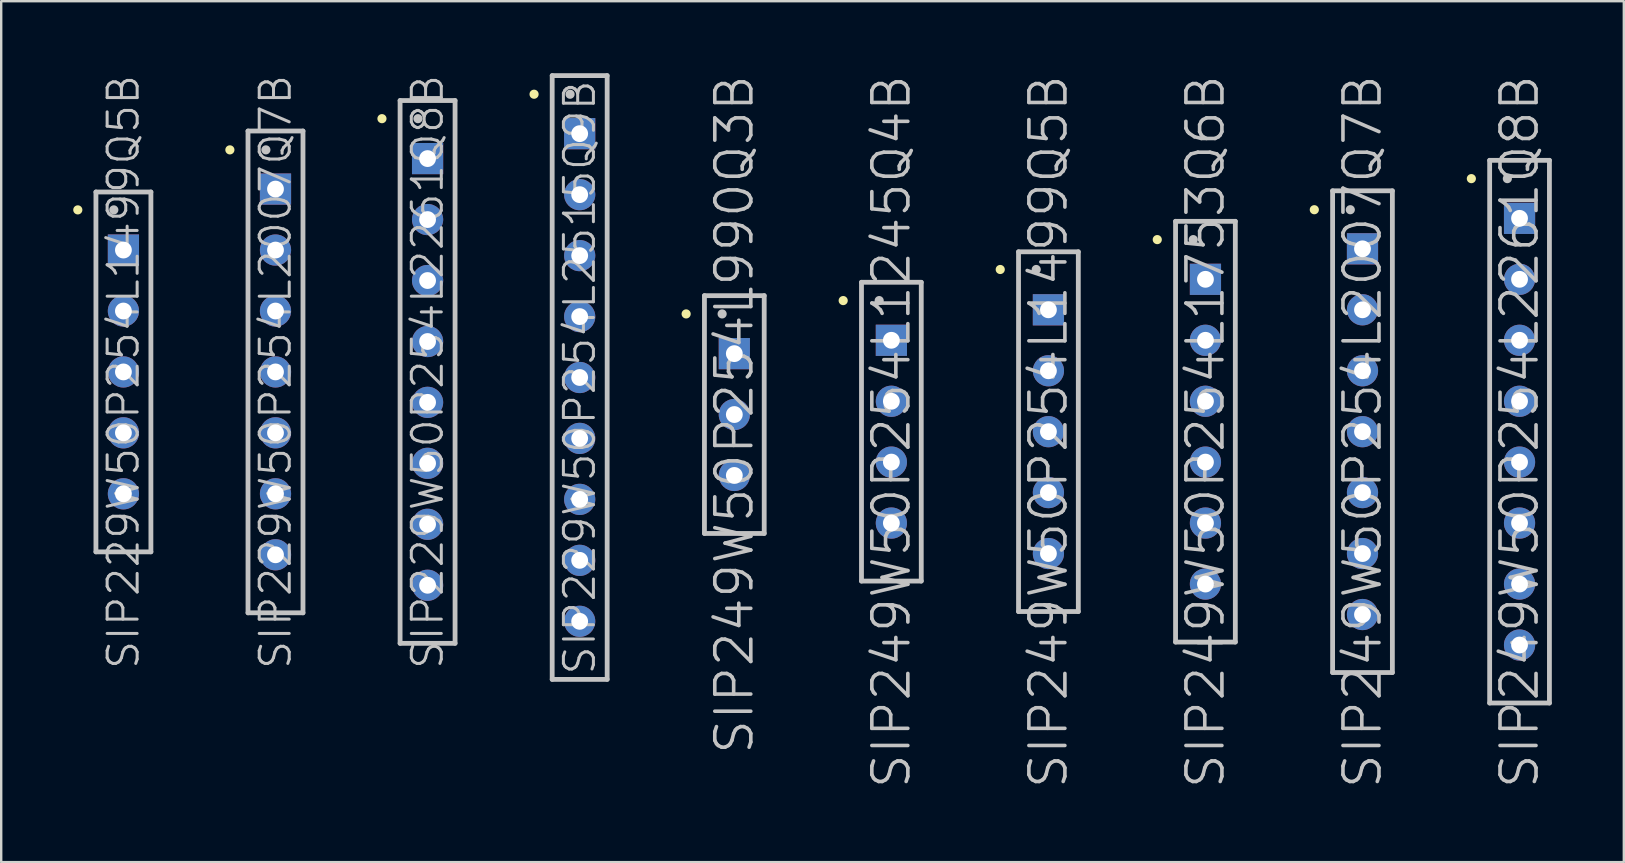
<source format=kicad_pcb>
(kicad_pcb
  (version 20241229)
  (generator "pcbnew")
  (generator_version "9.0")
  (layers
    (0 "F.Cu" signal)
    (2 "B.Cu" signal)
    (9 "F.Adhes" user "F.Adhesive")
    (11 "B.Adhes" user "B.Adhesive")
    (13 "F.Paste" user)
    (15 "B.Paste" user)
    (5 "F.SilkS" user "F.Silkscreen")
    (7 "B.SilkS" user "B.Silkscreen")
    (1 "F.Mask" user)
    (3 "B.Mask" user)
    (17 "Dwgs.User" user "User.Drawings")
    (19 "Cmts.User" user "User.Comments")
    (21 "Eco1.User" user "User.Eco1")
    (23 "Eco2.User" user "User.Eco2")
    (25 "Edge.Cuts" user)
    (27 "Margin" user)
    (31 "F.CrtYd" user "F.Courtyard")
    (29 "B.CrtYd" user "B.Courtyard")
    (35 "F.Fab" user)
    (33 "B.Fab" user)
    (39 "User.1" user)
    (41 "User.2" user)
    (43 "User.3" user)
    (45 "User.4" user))
  (footprint "SIP229W50P254L2261Q8B"
    (layer "F.Cu")
    (at 14.761 12.443)
    (property "Reference" "SIP229W50P254L2261Q8B" (at 0 0 90) (layer "Dwgs.User") (effects (font (size 1.25 1.25) (thickness 0.125))))
    (attr through_hole)
    (fp_line (start -1.9 -10.55) (end -1.9 -10.55) (stroke (width 0.381) (type solid)) (layer "F.SilkS"))
    (fp_line (start -1.145 -11.305) (end -1.145 11.305) (stroke (width 0.2) (type solid)) (layer "Dwgs.User"))
    (fp_line (start -1.145 -11.305) (end 1.145 -11.305) (stroke (width 0.2) (type solid)) (layer "Dwgs.User"))
    (fp_line (start -1.145 11.305) (end 1.145 11.305) (stroke (width 0.2) (type solid)) (layer "Dwgs.User"))
    (fp_line (start -0.4 -10.55) (end -0.4 -10.55) (stroke (width 0.381) (type solid)) (layer "Dwgs.User"))
    (fp_line (start 1.145 -11.305) (end 1.145 11.305) (stroke (width 0.2) (type solid)) (layer "Dwgs.User"))
    (pad "1" thru_hole rect (at 0 -8.887) (size 1.3 1.3) (drill 0.7) (layers "*.Cu" "*.Mask"))
    (pad "2" thru_hole circle (at 0 -6.347 270) (size 1.3 1.3) (drill 0.7) (layers "*.Cu" "*.Mask"))
    (pad "3" thru_hole circle (at 0 -3.807 270) (size 1.3 1.3) (drill 0.7) (layers "*.Cu" "*.Mask"))
    (pad "4" thru_hole circle (at 0 -1.267 270) (size 1.3 1.3) (drill 0.7) (layers "*.Cu" "*.Mask"))
    (pad "5" thru_hole circle (at 0 1.267 270) (size 1.3 1.3) (drill 0.7) (layers "*.Cu" "*.Mask"))
    (pad "6" thru_hole circle (at 0 3.807 270) (size 1.3 1.3) (drill 0.7) (layers "*.Cu" "*.Mask"))
    (pad "7" thru_hole circle (at 0 6.347 270) (size 1.3 1.3) (drill 0.7) (layers "*.Cu" "*.Mask"))
    (pad "8" thru_hole circle (at 0 8.887 270) (size 1.3 1.3) (drill 0.7) (layers "*.Cu" "*.Mask")))
  (footprint "SIP229W50P254L2007Q7B"
    (layer "F.Cu")
    (at 8.426 12.443)
    (property "Reference" "SIP229W50P254L2007Q7B" (at 0 0 90) (layer "Dwgs.User") (effects (font (size 1.25 1.25) (thickness 0.125))))
    (attr through_hole)
    (fp_line (start -1.9 -9.25) (end -1.9 -9.25) (stroke (width 0.381) (type solid)) (layer "F.SilkS"))
    (fp_line (start -1.145 -10.035) (end -1.145 10.035) (stroke (width 0.2) (type solid)) (layer "Dwgs.User"))
    (fp_line (start -1.145 -10.035) (end 1.145 -10.035) (stroke (width 0.2) (type solid)) (layer "Dwgs.User"))
    (fp_line (start -1.145 10.035) (end 1.145 10.035) (stroke (width 0.2) (type solid)) (layer "Dwgs.User"))
    (fp_line (start -0.4 -9.25) (end -0.4 -9.25) (stroke (width 0.381) (type solid)) (layer "Dwgs.User"))
    (fp_line (start 1.145 -10.035) (end 1.145 10.035) (stroke (width 0.2) (type solid)) (layer "Dwgs.User"))
    (pad "1" thru_hole rect (at 0 -7.617) (size 1.3 1.3) (drill 0.7) (layers "*.Cu" "*.Mask"))
    (pad "2" thru_hole circle (at 0 -5.077 270) (size 1.3 1.3) (drill 0.7) (layers "*.Cu" "*.Mask"))
    (pad "3" thru_hole circle (at 0 -2.537 270) (size 1.3 1.3) (drill 0.7) (layers "*.Cu" "*.Mask"))
    (pad "4" thru_hole circle (at 0 0 270) (size 1.3 1.3) (drill 0.7) (layers "*.Cu" "*.Mask"))
    (pad "5" thru_hole circle (at 0 2.537 270) (size 1.3 1.3) (drill 0.7) (layers "*.Cu" "*.Mask"))
    (pad "6" thru_hole circle (at 0 5.077 270) (size 1.3 1.3) (drill 0.7) (layers "*.Cu" "*.Mask"))
    (pad "7" thru_hole circle (at 0 7.617 270) (size 1.3 1.3) (drill 0.7) (layers "*.Cu" "*.Mask")))
  (footprint "SIP249W50P254L2007Q7B"
    (layer "F.Cu")
    (at 53.706 14.932)
    (property "Reference" "SIP249W50P254L2007Q7B" (at 0 0 90) (layer "Dwgs.User") (effects (font (size 1.5 1.5) (thickness 0.15))))
    (attr through_hole)
    (fp_line (start -2.007 -9.246) (end -2.007 -9.246) (stroke (width 0.381) (type solid)) (layer "F.SilkS"))
    (fp_line (start -1.245 -10.033) (end -1.245 10.033) (stroke (width 0.2) (type solid)) (layer "Dwgs.User"))
    (fp_line (start -1.245 -10.033) (end 1.245 -10.033) (stroke (width 0.2) (type solid)) (layer "Dwgs.User"))
    (fp_line (start -1.245 10.033) (end 1.245 10.033) (stroke (width 0.2) (type solid)) (layer "Dwgs.User"))
    (fp_line (start -0.508 -9.246) (end -0.508 -9.246) (stroke (width 0.381) (type solid)) (layer "Dwgs.User"))
    (fp_line (start 1.245 -10.033) (end 1.245 10.033) (stroke (width 0.2) (type solid)) (layer "Dwgs.User"))
    (pad "1" thru_hole rect (at 0 -7.617) (size 1.3 1.3) (drill 0.7) (layers "*.Cu" "*.Mask"))
    (pad "2" thru_hole circle (at 0 -5.077 270) (size 1.3 1.3) (drill 0.7) (layers "*.Cu" "*.Mask"))
    (pad "3" thru_hole circle (at 0 -2.537 270) (size 1.3 1.3) (drill 0.7) (layers "*.Cu" "*.Mask"))
    (pad "4" thru_hole circle (at 0 0 270) (size 1.3 1.3) (drill 0.7) (layers "*.Cu" "*.Mask"))
    (pad "5" thru_hole circle (at 0 2.537 270) (size 1.3 1.3) (drill 0.7) (layers "*.Cu" "*.Mask"))
    (pad "6" thru_hole circle (at 0 5.077 270) (size 1.3 1.3) (drill 0.7) (layers "*.Cu" "*.Mask"))
    (pad "7" thru_hole circle (at 0 7.617 270) (size 1.3 1.3) (drill 0.7) (layers "*.Cu" "*.Mask")))
  (footprint "SIP249W50P254L1499Q5B"
    (layer "F.Cu")
    (at 40.623 14.932)
    (property "Reference" "SIP249W50P254L1499Q5B" (at 0 0 90) (layer "Dwgs.User") (effects (font (size 1.5 1.5) (thickness 0.15))))
    (attr through_hole)
    (fp_line (start -2.007 -6.756) (end -2.007 -6.756) (stroke (width 0.381) (type solid)) (layer "F.SilkS"))
    (fp_line (start -1.245 -7.493) (end -1.245 7.493) (stroke (width 0.2) (type solid)) (layer "Dwgs.User"))
    (fp_line (start -1.245 -7.493) (end 1.245 -7.493) (stroke (width 0.2) (type solid)) (layer "Dwgs.User"))
    (fp_line (start -1.245 7.493) (end 1.245 7.493) (stroke (width 0.2) (type solid)) (layer "Dwgs.User"))
    (fp_line (start -0.508 -6.756) (end -0.508 -6.756) (stroke (width 0.381) (type solid)) (layer "Dwgs.User"))
    (fp_line (start 1.245 -7.493) (end 1.245 7.493) (stroke (width 0.2) (type solid)) (layer "Dwgs.User"))
    (pad "1" thru_hole rect (at 0 -5.077) (size 1.3 1.3) (drill 0.7) (layers "*.Cu" "*.Mask"))
    (pad "2" thru_hole circle (at 0 -2.537 270) (size 1.3 1.3) (drill 0.7) (layers "*.Cu" "*.Mask"))
    (pad "3" thru_hole circle (at 0 0 270) (size 1.3 1.3) (drill 0.7) (layers "*.Cu" "*.Mask"))
    (pad "4" thru_hole circle (at 0 2.537 270) (size 1.3 1.3) (drill 0.7) (layers "*.Cu" "*.Mask"))
    (pad "5" thru_hole circle (at 0 5.077 270) (size 1.3 1.3) (drill 0.7) (layers "*.Cu" "*.Mask")))
  (footprint "SIP249W50P254L1245Q4B"
    (layer "F.Cu")
    (at 34.081 14.932)
    (property "Reference" "SIP249W50P254L1245Q4B" (at 0 0 90) (layer "Dwgs.User") (effects (font (size 1.5 1.5) (thickness 0.15))))
    (attr through_hole)
    (fp_line (start -2.007 -5.461) (end -2.007 -5.461) (stroke (width 0.381) (type solid)) (layer "F.SilkS"))
    (fp_line (start -1.245 -6.223) (end -1.245 6.223) (stroke (width 0.2) (type solid)) (layer "Dwgs.User"))
    (fp_line (start -1.245 -6.223) (end 1.245 -6.223) (stroke (width 0.2) (type solid)) (layer "Dwgs.User"))
    (fp_line (start -1.245 6.223) (end 1.245 6.223) (stroke (width 0.2) (type solid)) (layer "Dwgs.User"))
    (fp_line (start -0.508 -5.461) (end -0.508 -5.461) (stroke (width 0.381) (type solid)) (layer "Dwgs.User"))
    (fp_line (start 1.245 -6.223) (end 1.245 6.223) (stroke (width 0.2) (type solid)) (layer "Dwgs.User"))
    (pad "1" thru_hole rect (at 0 -3.807) (size 1.3 1.3) (drill 0.7) (layers "*.Cu" "*.Mask"))
    (pad "2" thru_hole circle (at 0 -1.267 270) (size 1.3 1.3) (drill 0.7) (layers "*.Cu" "*.Mask"))
    (pad "3" thru_hole circle (at 0 1.267 270) (size 1.3 1.3) (drill 0.7) (layers "*.Cu" "*.Mask"))
    (pad "4" thru_hole circle (at 0 3.807 270) (size 1.3 1.3) (drill 0.7) (layers "*.Cu" "*.Mask")))
  (footprint "SIP249W50P254L1753Q6B"
    (layer "F.Cu")
    (at 47.164 14.932)
    (property "Reference" "SIP249W50P254L1753Q6B" (at 0 0 90) (layer "Dwgs.User") (effects (font (size 1.5 1.5) (thickness 0.15))))
    (attr through_hole)
    (fp_line (start -2.007 -8.001) (end -2.007 -8.001) (stroke (width 0.381) (type solid)) (layer "F.SilkS"))
    (fp_line (start -1.245 -8.763) (end -1.245 8.763) (stroke (width 0.2) (type solid)) (layer "Dwgs.User"))
    (fp_line (start -1.245 -8.763) (end 1.245 -8.763) (stroke (width 0.2) (type solid)) (layer "Dwgs.User"))
    (fp_line (start -1.245 8.763) (end 1.245 8.763) (stroke (width 0.2) (type solid)) (layer "Dwgs.User"))
    (fp_line (start -0.508 -8.001) (end -0.508 -8.001) (stroke (width 0.381) (type solid)) (layer "Dwgs.User"))
    (fp_line (start 1.245 -8.763) (end 1.245 8.763) (stroke (width 0.2) (type solid)) (layer "Dwgs.User"))
    (pad "1" thru_hole rect (at 0 -6.347) (size 1.3 1.3) (drill 0.7) (layers "*.Cu" "*.Mask"))
    (pad "2" thru_hole circle (at 0 -3.807 270) (size 1.3 1.3) (drill 0.7) (layers "*.Cu" "*.Mask"))
    (pad "3" thru_hole circle (at 0 -1.267 270) (size 1.3 1.3) (drill 0.7) (layers "*.Cu" "*.Mask"))
    (pad "4" thru_hole circle (at 0 1.267 270) (size 1.3 1.3) (drill 0.7) (layers "*.Cu" "*.Mask"))
    (pad "5" thru_hole circle (at 0 3.807 270) (size 1.3 1.3) (drill 0.7) (layers "*.Cu" "*.Mask"))
    (pad "6" thru_hole circle (at 0 6.347 270) (size 1.3 1.3) (drill 0.7) (layers "*.Cu" "*.Mask")))
  (footprint "SIP229W50P254L2515Q9B"
    (layer "F.Cu")
    (at 21.097 12.675)
    (property "Reference" "SIP229W50P254L2515Q9B" (at 0 0 90) (layer "Dwgs.User") (effects (font (size 1.25 1.25) (thickness 0.125))))
    (attr through_hole)
    (fp_line (start -1.9 -11.8) (end -1.9 -11.8) (stroke (width 0.381) (type solid)) (layer "F.SilkS"))
    (fp_line (start -1.145 -12.575) (end -1.145 12.575) (stroke (width 0.2) (type solid)) (layer "Dwgs.User"))
    (fp_line (start -1.145 -12.575) (end 1.145 -12.575) (stroke (width 0.2) (type solid)) (layer "Dwgs.User"))
    (fp_line (start -1.145 12.575) (end 1.145 12.575) (stroke (width 0.2) (type solid)) (layer "Dwgs.User"))
    (fp_line (start -0.4 -11.8) (end -0.4 -11.8) (stroke (width 0.381) (type solid)) (layer "Dwgs.User"))
    (fp_line (start 1.145 -12.575) (end 1.145 12.575) (stroke (width 0.2) (type solid)) (layer "Dwgs.User"))
    (pad "1" thru_hole rect (at 0 -10.157) (size 1.3 1.3) (drill 0.7) (layers "*.Cu" "*.Mask"))
    (pad "2" thru_hole circle (at 0 -7.617 270) (size 1.3 1.3) (drill 0.7) (layers "*.Cu" "*.Mask"))
    (pad "3" thru_hole circle (at 0 -5.077 270) (size 1.3 1.3) (drill 0.7) (layers "*.Cu" "*.Mask"))
    (pad "4" thru_hole circle (at 0 -2.537 270) (size 1.3 1.3) (drill 0.7) (layers "*.Cu" "*.Mask"))
    (pad "5" thru_hole circle (at 0 0 270) (size 1.3 1.3) (drill 0.7) (layers "*.Cu" "*.Mask"))
    (pad "6" thru_hole circle (at 0 2.537 270) (size 1.3 1.3) (drill 0.7) (layers "*.Cu" "*.Mask"))
    (pad "7" thru_hole circle (at 0 5.077 270) (size 1.3 1.3) (drill 0.7) (layers "*.Cu" "*.Mask"))
    (pad "8" thru_hole circle (at 0 7.617 270) (size 1.3 1.3) (drill 0.7) (layers "*.Cu" "*.Mask"))
    (pad "9" thru_hole circle (at 0 10.157 270) (size 1.3 1.3) (drill 0.7) (layers "*.Cu" "*.Mask")))
  (footprint "SIP249W50P254L2261Q8B"
    (layer "F.Cu")
    (at 60.248 14.932)
    (property "Reference" "SIP249W50P254L2261Q8B" (at 0 0 90) (layer "Dwgs.User") (effects (font (size 1.5 1.5) (thickness 0.15))))
    (attr through_hole)
    (fp_line (start -2.007 -10.541) (end -2.007 -10.541) (stroke (width 0.381) (type solid)) (layer "F.SilkS"))
    (fp_line (start -1.245 -11.303) (end -1.245 11.303) (stroke (width 0.2) (type solid)) (layer "Dwgs.User"))
    (fp_line (start -1.245 -11.303) (end 1.245 -11.303) (stroke (width 0.2) (type solid)) (layer "Dwgs.User"))
    (fp_line (start -1.245 11.303) (end 1.245 11.303) (stroke (width 0.2) (type solid)) (layer "Dwgs.User"))
    (fp_line (start -0.508 -10.541) (end -0.508 -10.541) (stroke (width 0.381) (type solid)) (layer "Dwgs.User"))
    (fp_line (start 1.245 -11.303) (end 1.245 11.303) (stroke (width 0.2) (type solid)) (layer "Dwgs.User"))
    (pad "1" thru_hole rect (at 0 -8.887) (size 1.3 1.3) (drill 0.7) (layers "*.Cu" "*.Mask"))
    (pad "2" thru_hole circle (at 0 -6.347 270) (size 1.3 1.3) (drill 0.7) (layers "*.Cu" "*.Mask"))
    (pad "3" thru_hole circle (at 0 -3.807 270) (size 1.3 1.3) (drill 0.7) (layers "*.Cu" "*.Mask"))
    (pad "4" thru_hole circle (at 0 -1.267 270) (size 1.3 1.3) (drill 0.7) (layers "*.Cu" "*.Mask"))
    (pad "5" thru_hole circle (at 0 1.267 270) (size 1.3 1.3) (drill 0.7) (layers "*.Cu" "*.Mask"))
    (pad "6" thru_hole circle (at 0 3.807 270) (size 1.3 1.3) (drill 0.7) (layers "*.Cu" "*.Mask"))
    (pad "7" thru_hole circle (at 0 6.347 270) (size 1.3 1.3) (drill 0.7) (layers "*.Cu" "*.Mask"))
    (pad "8" thru_hole circle (at 0 8.887 270) (size 1.3 1.3) (drill 0.7) (layers "*.Cu" "*.Mask")))
  (footprint "SIP229W50P254L1499Q5B"
    (layer "F.Cu")
    (at 2.091 12.443)
    (property "Reference" "SIP229W50P254L1499Q5B" (at 0 0 90) (layer "Dwgs.User") (effects (font (size 1.25 1.25) (thickness 0.125))))
    (attr through_hole)
    (fp_line (start -1.9 -6.75) (end -1.9 -6.75) (stroke (width 0.381) (type solid)) (layer "F.SilkS"))
    (fp_line (start -1.145 -7.495) (end -1.145 7.495) (stroke (width 0.2) (type solid)) (layer "Dwgs.User"))
    (fp_line (start -1.145 -7.495) (end 1.145 -7.495) (stroke (width 0.2) (type solid)) (layer "Dwgs.User"))
    (fp_line (start -1.145 7.495) (end 1.145 7.495) (stroke (width 0.2) (type solid)) (layer "Dwgs.User"))
    (fp_line (start -0.4 -6.75) (end -0.4 -6.75) (stroke (width 0.381) (type solid)) (layer "Dwgs.User"))
    (fp_line (start 1.145 -7.495) (end 1.145 7.495) (stroke (width 0.2) (type solid)) (layer "Dwgs.User"))
    (pad "1" thru_hole rect (at 0 -5.077) (size 1.3 1.3) (drill 0.7) (layers "*.Cu" "*.Mask"))
    (pad "2" thru_hole circle (at 0 -2.537 270) (size 1.3 1.3) (drill 0.7) (layers "*.Cu" "*.Mask"))
    (pad "3" thru_hole circle (at 0 0 270) (size 1.3 1.3) (drill 0.7) (layers "*.Cu" "*.Mask"))
    (pad "4" thru_hole circle (at 0 2.537 270) (size 1.3 1.3) (drill 0.7) (layers "*.Cu" "*.Mask"))
    (pad "5" thru_hole circle (at 0 5.077 270) (size 1.3 1.3) (drill 0.7) (layers "*.Cu" "*.Mask")))
  (footprint "SIP249W50P254L990Q3B"
    (layer "F.Cu")
    (at 27.539 14.218)
    (property "Reference" "SIP249W50P254L990Q3B" (at 0 0 90) (layer "Dwgs.User") (effects (font (size 1.5 1.5) (thickness 0.15))))
    (attr through_hole)
    (fp_line (start -2.007 -4.191) (end -2.007 -4.191) (stroke (width 0.381) (type solid)) (layer "F.SilkS"))
    (fp_line (start -1.245 -4.953) (end -1.245 4.953) (stroke (width 0.2) (type solid)) (layer "Dwgs.User"))
    (fp_line (start -1.245 -4.953) (end 1.245 -4.953) (stroke (width 0.2) (type solid)) (layer "Dwgs.User"))
    (fp_line (start -1.245 4.953) (end 1.245 4.953) (stroke (width 0.2) (type solid)) (layer "Dwgs.User"))
    (fp_line (start -0.508 -4.191) (end -0.508 -4.191) (stroke (width 0.381) (type solid)) (layer "Dwgs.User"))
    (fp_line (start 1.245 -4.953) (end 1.245 4.953) (stroke (width 0.2) (type solid)) (layer "Dwgs.User"))
    (pad "1" thru_hole rect (at 0 -2.537) (size 1.3 1.3) (drill 0.7) (layers "*.Cu" "*.Mask"))
    (pad "2" thru_hole circle (at 0 0 270) (size 1.3 1.3) (drill 0.7) (layers "*.Cu" "*.Mask"))
    (pad "3" thru_hole circle (at 0 2.537 270) (size 1.3 1.3) (drill 0.7) (layers "*.Cu" "*.Mask")))
  (gr_rect
    (start -3 -3)
    (end 64.592 32.864)
    (stroke (width 0.1) (type default))
    (fill no)
    (layer "Edge.Cuts")))
</source>
